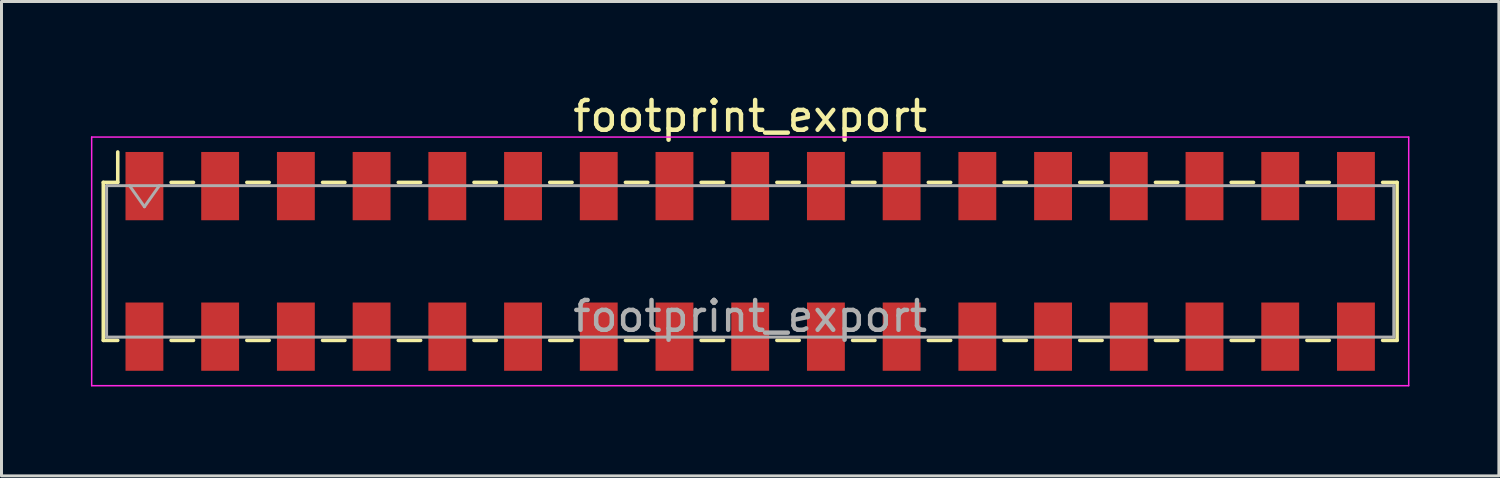
<source format=kicad_pcb>
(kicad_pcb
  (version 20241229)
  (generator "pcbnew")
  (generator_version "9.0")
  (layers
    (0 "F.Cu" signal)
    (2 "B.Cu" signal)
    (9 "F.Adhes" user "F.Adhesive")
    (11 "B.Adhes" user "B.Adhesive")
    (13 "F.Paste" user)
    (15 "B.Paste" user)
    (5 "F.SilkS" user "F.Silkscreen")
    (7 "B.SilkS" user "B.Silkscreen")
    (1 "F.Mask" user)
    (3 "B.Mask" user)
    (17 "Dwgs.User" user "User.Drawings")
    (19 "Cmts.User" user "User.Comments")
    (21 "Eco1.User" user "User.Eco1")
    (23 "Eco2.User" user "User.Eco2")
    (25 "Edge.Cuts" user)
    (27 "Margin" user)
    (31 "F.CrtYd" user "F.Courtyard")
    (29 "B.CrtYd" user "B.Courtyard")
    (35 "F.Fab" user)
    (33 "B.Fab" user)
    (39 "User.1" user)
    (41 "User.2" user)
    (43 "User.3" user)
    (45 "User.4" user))
  (footprint "footprint_export"
    (layer "F.Cu")
    (at 22.115 5.718)
    (property "Reference" "footprint_export" (at 0 -4.87 0) (layer "F.SilkS") (effects (font (size 1 1) (thickness 0.15))))
    (attr smd)
    (fp_line (start -21.7 -2.65) (end -21.7 2.65) (stroke (width 0.12) (type solid)) (layer "F.SilkS"))
    (fp_line (start -21.7 2.65) (end -21.215 2.65) (stroke (width 0.12) (type solid)) (layer "F.SilkS"))
    (fp_line (start -21.215 -3.67) (end -21.215 -2.65) (stroke (width 0.12) (type solid)) (layer "F.SilkS"))
    (fp_line (start -21.215 -2.65) (end -21.7 -2.65) (stroke (width 0.12) (type solid)) (layer "F.SilkS"))
    (fp_line (start -19.425 -2.65) (end -18.675 -2.65) (stroke (width 0.12) (type solid)) (layer "F.SilkS"))
    (fp_line (start -19.425 2.65) (end -18.675 2.65) (stroke (width 0.12) (type solid)) (layer "F.SilkS"))
    (fp_line (start -16.885 -2.65) (end -16.135 -2.65) (stroke (width 0.12) (type solid)) (layer "F.SilkS"))
    (fp_line (start -16.885 2.65) (end -16.135 2.65) (stroke (width 0.12) (type solid)) (layer "F.SilkS"))
    (fp_line (start -14.345 -2.65) (end -13.595 -2.65) (stroke (width 0.12) (type solid)) (layer "F.SilkS"))
    (fp_line (start -14.345 2.65) (end -13.595 2.65) (stroke (width 0.12) (type solid)) (layer "F.SilkS"))
    (fp_line (start -11.805 -2.65) (end -11.055 -2.65) (stroke (width 0.12) (type solid)) (layer "F.SilkS"))
    (fp_line (start -11.805 2.65) (end -11.055 2.65) (stroke (width 0.12) (type solid)) (layer "F.SilkS"))
    (fp_line (start -9.265 -2.65) (end -8.515 -2.65) (stroke (width 0.12) (type solid)) (layer "F.SilkS"))
    (fp_line (start -9.265 2.65) (end -8.515 2.65) (stroke (width 0.12) (type solid)) (layer "F.SilkS"))
    (fp_line (start -6.725 -2.65) (end -5.975 -2.65) (stroke (width 0.12) (type solid)) (layer "F.SilkS"))
    (fp_line (start -6.725 2.65) (end -5.975 2.65) (stroke (width 0.12) (type solid)) (layer "F.SilkS"))
    (fp_line (start -4.185 -2.65) (end -3.435 -2.65) (stroke (width 0.12) (type solid)) (layer "F.SilkS"))
    (fp_line (start -4.185 2.65) (end -3.435 2.65) (stroke (width 0.12) (type solid)) (layer "F.SilkS"))
    (fp_line (start -1.645 -2.65) (end -0.895 -2.65) (stroke (width 0.12) (type solid)) (layer "F.SilkS"))
    (fp_line (start -1.645 2.65) (end -0.895 2.65) (stroke (width 0.12) (type solid)) (layer "F.SilkS"))
    (fp_line (start 0.895 -2.65) (end 1.645 -2.65) (stroke (width 0.12) (type solid)) (layer "F.SilkS"))
    (fp_line (start 0.895 2.65) (end 1.645 2.65) (stroke (width 0.12) (type solid)) (layer "F.SilkS"))
    (fp_line (start 3.435 -2.65) (end 4.185 -2.65) (stroke (width 0.12) (type solid)) (layer "F.SilkS"))
    (fp_line (start 3.435 2.65) (end 4.185 2.65) (stroke (width 0.12) (type solid)) (layer "F.SilkS"))
    (fp_line (start 5.975 -2.65) (end 6.725 -2.65) (stroke (width 0.12) (type solid)) (layer "F.SilkS"))
    (fp_line (start 5.975 2.65) (end 6.725 2.65) (stroke (width 0.12) (type solid)) (layer "F.SilkS"))
    (fp_line (start 8.515 -2.65) (end 9.265 -2.65) (stroke (width 0.12) (type solid)) (layer "F.SilkS"))
    (fp_line (start 8.515 2.65) (end 9.265 2.65) (stroke (width 0.12) (type solid)) (layer "F.SilkS"))
    (fp_line (start 11.055 -2.65) (end 11.805 -2.65) (stroke (width 0.12) (type solid)) (layer "F.SilkS"))
    (fp_line (start 11.055 2.65) (end 11.805 2.65) (stroke (width 0.12) (type solid)) (layer "F.SilkS"))
    (fp_line (start 13.595 -2.65) (end 14.345 -2.65) (stroke (width 0.12) (type solid)) (layer "F.SilkS"))
    (fp_line (start 13.595 2.65) (end 14.345 2.65) (stroke (width 0.12) (type solid)) (layer "F.SilkS"))
    (fp_line (start 16.135 -2.65) (end 16.885 -2.65) (stroke (width 0.12) (type solid)) (layer "F.SilkS"))
    (fp_line (start 16.135 2.65) (end 16.885 2.65) (stroke (width 0.12) (type solid)) (layer "F.SilkS"))
    (fp_line (start 18.675 -2.65) (end 19.425 -2.65) (stroke (width 0.12) (type solid)) (layer "F.SilkS"))
    (fp_line (start 18.675 2.65) (end 19.425 2.65) (stroke (width 0.12) (type solid)) (layer "F.SilkS"))
    (fp_line (start 21.215 -2.65) (end 21.7 -2.65) (stroke (width 0.12) (type solid)) (layer "F.SilkS"))
    (fp_line (start 21.7 -2.65) (end 21.7 2.65) (stroke (width 0.12) (type solid)) (layer "F.SilkS"))
    (fp_line (start 21.7 2.65) (end 21.215 2.65) (stroke (width 0.12) (type solid)) (layer "F.SilkS"))
    (fp_line (start -22.09 -4.17) (end 22.09 -4.17) (stroke (width 0.05) (type solid)) (layer "F.CrtYd"))
    (fp_line (start -22.09 4.17) (end -22.09 -4.17) (stroke (width 0.05) (type solid)) (layer "F.CrtYd"))
    (fp_line (start 22.09 -4.17) (end 22.09 4.17) (stroke (width 0.05) (type solid)) (layer "F.CrtYd"))
    (fp_line (start 22.09 4.17) (end -22.09 4.17) (stroke (width 0.05) (type solid)) (layer "F.CrtYd"))
    (fp_line (start -21.59 -2.54) (end 21.59 -2.54) (stroke (width 0.1) (type solid)) (layer "F.Fab"))
    (fp_line (start -21.59 2.54) (end -21.59 -2.54) (stroke (width 0.1) (type solid)) (layer "F.Fab"))
    (fp_line (start -20.82 -2.54) (end -20.32 -1.833) (stroke (width 0.1) (type solid)) (layer "F.Fab"))
    (fp_line (start -20.32 -1.833) (end -19.82 -2.54) (stroke (width 0.1) (type solid)) (layer "F.Fab"))
    (fp_line (start 21.59 -2.54) (end 21.59 2.54) (stroke (width 0.1) (type solid)) (layer "F.Fab"))
    (fp_line (start 21.59 2.54) (end -21.59 2.54) (stroke (width 0.1) (type solid)) (layer "F.Fab"))
    (fp_text user "${REFERENCE}" (at 0 1.84 0) (layer "F.Fab") (effects (font (size 1 1) (thickness 0.15))))
    (pad "1" smd rect (at -20.32 -2.525) (size 1.27 2.29) (layers "F.Cu" "F.Mask" "F.Paste"))
    (pad "2" smd rect (at -20.32 2.525) (size 1.27 2.29) (layers "F.Cu" "F.Mask" "F.Paste"))
    (pad "3" smd rect (at -17.78 -2.525) (size 1.27 2.29) (layers "F.Cu" "F.Mask" "F.Paste"))
    (pad "4" smd rect (at -17.78 2.525) (size 1.27 2.29) (layers "F.Cu" "F.Mask" "F.Paste"))
    (pad "5" smd rect (at -15.24 -2.525) (size 1.27 2.29) (layers "F.Cu" "F.Mask" "F.Paste"))
    (pad "6" smd rect (at -15.24 2.525) (size 1.27 2.29) (layers "F.Cu" "F.Mask" "F.Paste"))
    (pad "7" smd rect (at -12.7 -2.525) (size 1.27 2.29) (layers "F.Cu" "F.Mask" "F.Paste"))
    (pad "8" smd rect (at -12.7 2.525) (size 1.27 2.29) (layers "F.Cu" "F.Mask" "F.Paste"))
    (pad "9" smd rect (at -10.16 -2.525) (size 1.27 2.29) (layers "F.Cu" "F.Mask" "F.Paste"))
    (pad "10" smd rect (at -10.16 2.525) (size 1.27 2.29) (layers "F.Cu" "F.Mask" "F.Paste"))
    (pad "11" smd rect (at -7.62 -2.525) (size 1.27 2.29) (layers "F.Cu" "F.Mask" "F.Paste"))
    (pad "12" smd rect (at -7.62 2.525) (size 1.27 2.29) (layers "F.Cu" "F.Mask" "F.Paste"))
    (pad "13" smd rect (at -5.08 -2.525) (size 1.27 2.29) (layers "F.Cu" "F.Mask" "F.Paste"))
    (pad "14" smd rect (at -5.08 2.525) (size 1.27 2.29) (layers "F.Cu" "F.Mask" "F.Paste"))
    (pad "15" smd rect (at -2.54 -2.525) (size 1.27 2.29) (layers "F.Cu" "F.Mask" "F.Paste"))
    (pad "16" smd rect (at -2.54 2.525) (size 1.27 2.29) (layers "F.Cu" "F.Mask" "F.Paste"))
    (pad "17" smd rect (at 0 -2.525) (size 1.27 2.29) (layers "F.Cu" "F.Mask" "F.Paste"))
    (pad "18" smd rect (at 0 2.525) (size 1.27 2.29) (layers "F.Cu" "F.Mask" "F.Paste"))
    (pad "19" smd rect (at 2.54 -2.525) (size 1.27 2.29) (layers "F.Cu" "F.Mask" "F.Paste"))
    (pad "20" smd rect (at 2.54 2.525) (size 1.27 2.29) (layers "F.Cu" "F.Mask" "F.Paste"))
    (pad "21" smd rect (at 5.08 -2.525) (size 1.27 2.29) (layers "F.Cu" "F.Mask" "F.Paste"))
    (pad "22" smd rect (at 5.08 2.525) (size 1.27 2.29) (layers "F.Cu" "F.Mask" "F.Paste"))
    (pad "23" smd rect (at 7.62 -2.525) (size 1.27 2.29) (layers "F.Cu" "F.Mask" "F.Paste"))
    (pad "24" smd rect (at 7.62 2.525) (size 1.27 2.29) (layers "F.Cu" "F.Mask" "F.Paste"))
    (pad "25" smd rect (at 10.16 -2.525) (size 1.27 2.29) (layers "F.Cu" "F.Mask" "F.Paste"))
    (pad "26" smd rect (at 10.16 2.525) (size 1.27 2.29) (layers "F.Cu" "F.Mask" "F.Paste"))
    (pad "27" smd rect (at 12.7 -2.525) (size 1.27 2.29) (layers "F.Cu" "F.Mask" "F.Paste"))
    (pad "28" smd rect (at 12.7 2.525) (size 1.27 2.29) (layers "F.Cu" "F.Mask" "F.Paste"))
    (pad "29" smd rect (at 15.24 -2.525) (size 1.27 2.29) (layers "F.Cu" "F.Mask" "F.Paste"))
    (pad "30" smd rect (at 15.24 2.525) (size 1.27 2.29) (layers "F.Cu" "F.Mask" "F.Paste"))
    (pad "31" smd rect (at 17.78 -2.525) (size 1.27 2.29) (layers "F.Cu" "F.Mask" "F.Paste"))
    (pad "32" smd rect (at 17.78 2.525) (size 1.27 2.29) (layers "F.Cu" "F.Mask" "F.Paste"))
    (pad "33" smd rect (at 20.32 -2.525) (size 1.27 2.29) (layers "F.Cu" "F.Mask" "F.Paste"))
    (pad "34" smd rect (at 20.32 2.525) (size 1.27 2.29) (layers "F.Cu" "F.Mask" "F.Paste")))
  (gr_rect
    (start -3 -3)
    (end 47.23 12.913)
    (stroke (width 0.1) (type default))
    (fill no)
    (layer "Edge.Cuts")))
</source>
